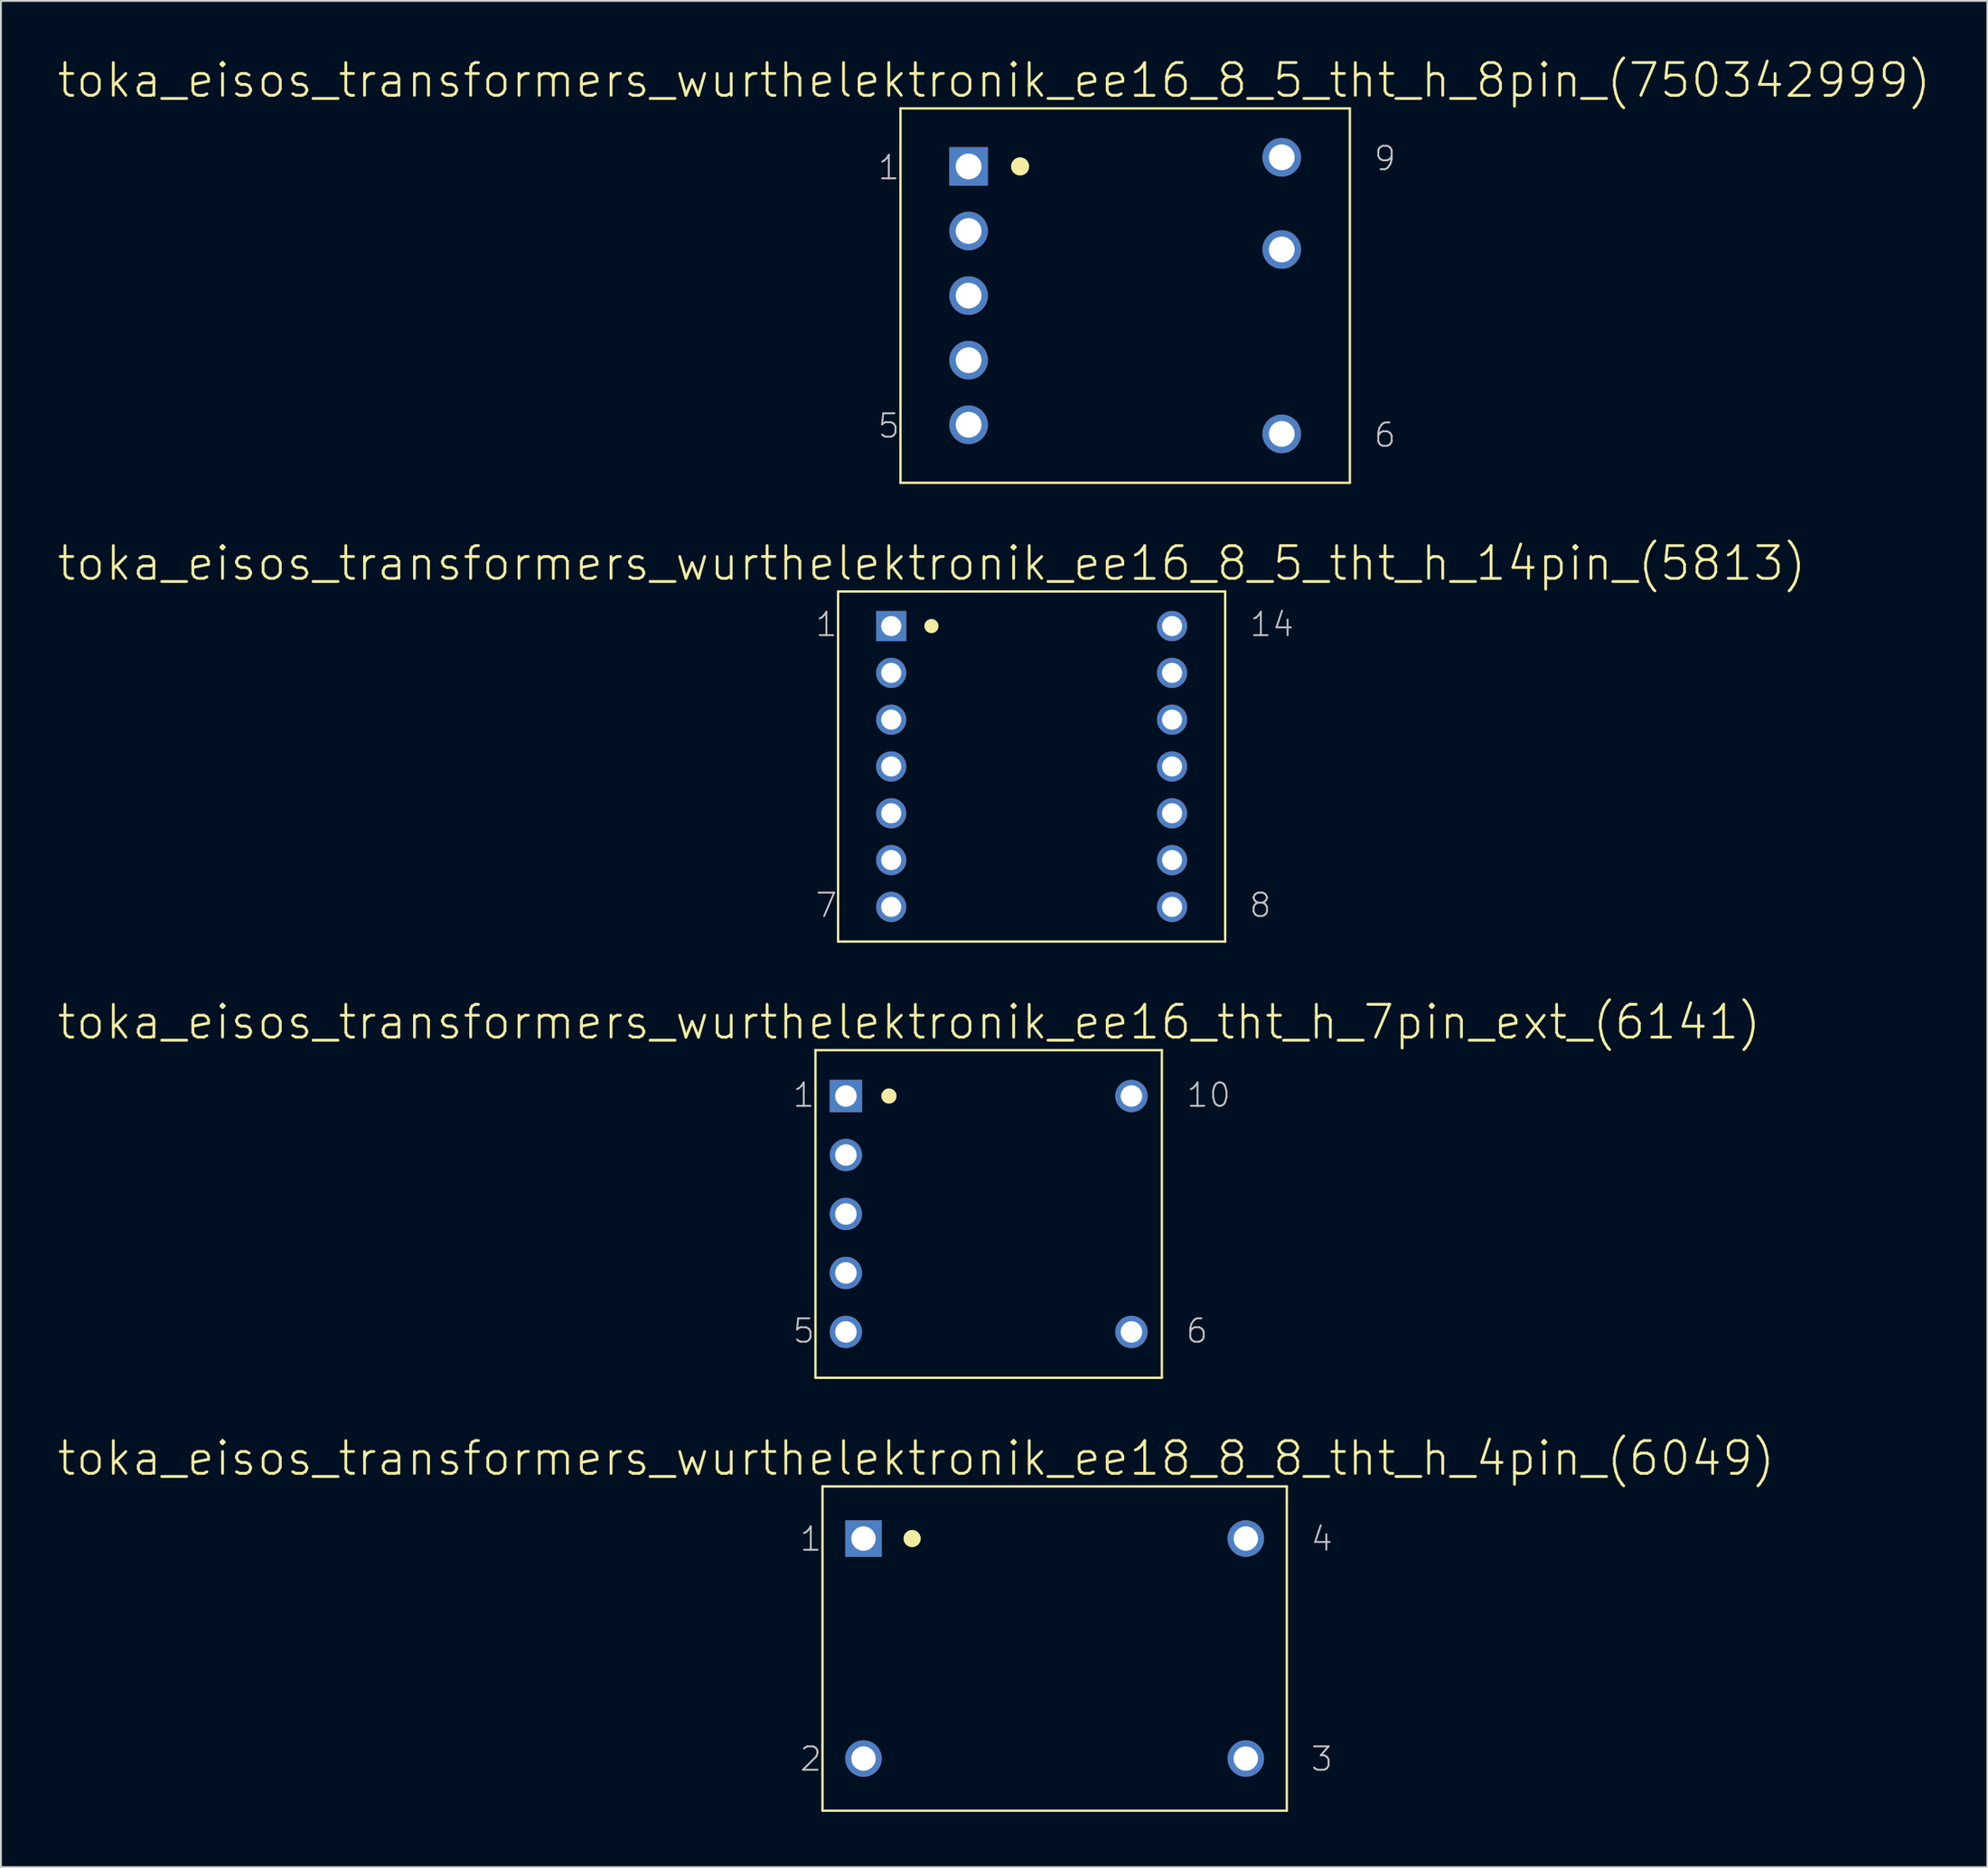
<source format=kicad_pcb>
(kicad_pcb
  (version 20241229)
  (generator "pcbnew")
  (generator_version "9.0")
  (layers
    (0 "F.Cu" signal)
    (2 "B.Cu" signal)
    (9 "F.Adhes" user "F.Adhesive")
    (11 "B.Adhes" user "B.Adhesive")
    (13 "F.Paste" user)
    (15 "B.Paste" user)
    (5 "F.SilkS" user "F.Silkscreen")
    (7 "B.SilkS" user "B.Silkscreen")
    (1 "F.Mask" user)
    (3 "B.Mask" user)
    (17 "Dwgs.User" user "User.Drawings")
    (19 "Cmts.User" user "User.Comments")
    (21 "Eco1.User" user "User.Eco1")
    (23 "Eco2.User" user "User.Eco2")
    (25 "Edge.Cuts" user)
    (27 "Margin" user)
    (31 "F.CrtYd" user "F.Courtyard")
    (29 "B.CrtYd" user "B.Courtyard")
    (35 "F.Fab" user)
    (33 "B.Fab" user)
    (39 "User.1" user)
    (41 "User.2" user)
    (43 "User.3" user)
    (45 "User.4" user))
  (footprint "toka_eisos_transformers_wurthelektronik_ee16_8_5_tht_h_14pin_(5813)"
    (layer "F.Cu")
    (at 52.929 38.546)
    (property "Reference" "toka_eisos_transformers_wurthelektronik_ee16_8_5_tht_h_14pin_(5813)" (at -5.423 -11.024 0) (layer "F.SilkS") (effects (font (size 1.778 1.778) (thickness 0.152))))
    (attr exclude_from_pos_files exclude_from_bom)
    (fp_line (start -10.503 -9.5) (end -10.503 9.5) (stroke (width 0.127) (type solid)) (layer "F.SilkS"))
    (fp_line (start -10.503 -9.5) (end 10.503 -9.5) (stroke (width 0.127) (type solid)) (layer "F.SilkS"))
    (fp_line (start -10.503 9.5) (end 10.503 9.5) (stroke (width 0.127) (type solid)) (layer "F.SilkS"))
    (fp_line (start 10.503 -9.5) (end 10.503 9.5) (stroke (width 0.127) (type solid)) (layer "F.SilkS"))
    (fp_circle (center -5.436 -7.62) (end -5.707 -7.892) (stroke (width 0) (type solid)) (fill yes) (layer "F.SilkS"))
    (fp_text user "14" (at 13.043 -7.709 0) (layer "Dwgs.User") (effects (font (size 1.27 1.27) (thickness 0.102))))
    (fp_text user "1" (at -11.138 -7.709 0) (layer "Dwgs.User") (effects (font (size 1.27 1.27) (thickness 0.102))))
    (fp_text user "8" (at 12.408 7.531 0) (layer "Dwgs.User") (effects (font (size 1.27 1.27) (thickness 0.102))))
    (fp_text user "7" (at -11.138 7.531 0) (layer "Dwgs.User") (effects (font (size 1.27 1.27) (thickness 0.102))))
    (pad "1" thru_hole rect (at -7.62 -7.62) (size 1.638 1.638) (drill 1.09) (layers "*.Cu" "*.Paste" "*.Mask"))
    (pad "2" thru_hole circle (at -7.62 -5.08) (size 1.638 1.638) (drill 1.09) (layers "*.Cu" "*.Paste" "*.Mask"))
    (pad "3" thru_hole circle (at -7.62 -2.54) (size 1.638 1.638) (drill 1.09) (layers "*.Cu" "*.Paste" "*.Mask"))
    (pad "4" thru_hole circle (at -7.62 0) (size 1.638 1.638) (drill 1.09) (layers "*.Cu" "*.Paste" "*.Mask"))
    (pad "5" thru_hole circle (at -7.62 2.54) (size 1.638 1.638) (drill 1.09) (layers "*.Cu" "*.Paste" "*.Mask"))
    (pad "6" thru_hole circle (at -7.62 5.08) (size 1.638 1.638) (drill 1.09) (layers "*.Cu" "*.Paste" "*.Mask"))
    (pad "7" thru_hole circle (at -7.62 7.62) (size 1.638 1.638) (drill 1.09) (layers "*.Cu" "*.Paste" "*.Mask"))
    (pad "8" thru_hole circle (at 7.62 7.62) (size 1.638 1.638) (drill 1.09) (layers "*.Cu" "*.Paste" "*.Mask"))
    (pad "9" thru_hole circle (at 7.62 5.08) (size 1.638 1.638) (drill 1.09) (layers "*.Cu" "*.Paste" "*.Mask"))
    (pad "10" thru_hole circle (at 7.62 2.54) (size 1.638 1.638) (drill 1.09) (layers "*.Cu" "*.Paste" "*.Mask"))
    (pad "11" thru_hole circle (at 7.62 0) (size 1.638 1.638) (drill 1.09) (layers "*.Cu" "*.Paste" "*.Mask"))
    (pad "12" thru_hole circle (at 7.62 -2.54) (size 1.638 1.638) (drill 1.09) (layers "*.Cu" "*.Paste" "*.Mask"))
    (pad "13" thru_hole circle (at 7.62 -5.08) (size 1.638 1.638) (drill 1.09) (layers "*.Cu" "*.Paste" "*.Mask"))
    (pad "14" thru_hole circle (at 7.62 -7.62) (size 1.638 1.638) (drill 1.09) (layers "*.Cu" "*.Paste" "*.Mask")))
  (footprint "toka_eisos_transformers_wurthelektronik_ee18_8_8_tht_h_4pin_(6049)"
    (layer "F.Cu")
    (at 54.178 86.415)
    (property "Reference" "toka_eisos_transformers_wurthelektronik_ee18_8_8_tht_h_4pin_(6049)" (at -7.518 -10.323 0) (layer "F.SilkS") (effects (font (size 1.778 1.778) (thickness 0.152))))
    (attr exclude_from_pos_files exclude_from_bom)
    (fp_line (start -12.598 -8.799) (end -12.598 8.799) (stroke (width 0.127) (type solid)) (layer "F.SilkS"))
    (fp_line (start -12.598 -8.799) (end 12.598 -8.799) (stroke (width 0.127) (type solid)) (layer "F.SilkS"))
    (fp_line (start -12.598 8.799) (end 12.598 8.799) (stroke (width 0.127) (type solid)) (layer "F.SilkS"))
    (fp_line (start 12.598 -8.799) (end 12.598 8.799) (stroke (width 0.127) (type solid)) (layer "F.SilkS"))
    (fp_circle (center -7.734 -5.969) (end -8.065 -6.299) (stroke (width 0) (type solid)) (fill yes) (layer "F.SilkS"))
    (fp_text user "1" (at -13.233 -5.944 0) (layer "Dwgs.User") (effects (font (size 1.27 1.27) (thickness 0.102))))
    (fp_text user "3" (at 14.501 5.994 0) (layer "Dwgs.User") (effects (font (size 1.27 1.27) (thickness 0.102))))
    (fp_text user "2" (at -13.233 5.994 0) (layer "Dwgs.User") (effects (font (size 1.27 1.27) (thickness 0.102))))
    (fp_text user "4" (at 14.501 -5.944 0) (layer "Dwgs.User") (effects (font (size 1.27 1.27) (thickness 0.102))))
    (pad "1" thru_hole rect (at -10.373 -5.969) (size 1.981 1.981) (drill 1.321) (layers "*.Cu" "*.Paste" "*.Mask"))
    (pad "2" thru_hole circle (at -10.373 5.969) (size 1.981 1.981) (drill 1.321) (layers "*.Cu" "*.Paste" "*.Mask"))
    (pad "3" thru_hole circle (at 10.373 5.969) (size 1.981 1.981) (drill 1.321) (layers "*.Cu" "*.Paste" "*.Mask"))
    (pad "4" thru_hole circle (at 10.373 -5.969) (size 1.981 1.981) (drill 1.321) (layers "*.Cu" "*.Paste" "*.Mask")))
  (footprint "toka_eisos_transformers_wurthelektronik_ee16_8_5_tht_h_8pin_(750342999)"
    (layer "F.Cu")
    (at 58.005 12.992)
    (property "Reference" "toka_eisos_transformers_wurthelektronik_ee16_8_5_tht_h_8pin_(750342999)" (at -7.112 -11.684 0) (layer "F.SilkS") (effects (font (size 1.778 1.778) (thickness 0.152))))
    (attr exclude_from_pos_files exclude_from_bom)
    (fp_line (start -12.192 -10.16) (end -12.192 10.16) (stroke (width 0.127) (type solid)) (layer "F.SilkS"))
    (fp_line (start -12.192 -10.16) (end 12.192 -10.16) (stroke (width 0.127) (type solid)) (layer "F.SilkS"))
    (fp_line (start -12.192 10.16) (end 12.192 10.16) (stroke (width 0.127) (type solid)) (layer "F.SilkS"))
    (fp_line (start 12.192 -10.16) (end 12.192 10.16) (stroke (width 0.127) (type solid)) (layer "F.SilkS"))
    (fp_circle (center -5.702 -7.01) (end -6.05 -7.358) (stroke (width 0) (type solid)) (fill yes) (layer "F.SilkS"))
    (fp_text user "5" (at -12.827 7.074 0) (layer "Dwgs.User") (effects (font (size 1.27 1.27) (thickness 0.102))))
    (fp_text user "9" (at 14.097 -7.442 0) (layer "Dwgs.User") (effects (font (size 1.27 1.27) (thickness 0.102))))
    (fp_text user "1" (at -12.827 -6.947 0) (layer "Dwgs.User") (effects (font (size 1.27 1.27) (thickness 0.102))))
    (fp_text user "6" (at 14.097 7.569 0) (layer "Dwgs.User") (effects (font (size 1.27 1.27) (thickness 0.102))))
    (pad "1" thru_hole rect (at -8.496 -7.01) (size 2.095 2.095) (drill 1.397) (layers "*.Cu" "*.Paste" "*.Mask"))
    (pad "2" thru_hole circle (at -8.496 -3.505) (size 2.095 2.095) (drill 1.397) (layers "*.Cu" "*.Paste" "*.Mask"))
    (pad "3" thru_hole circle (at -8.496 0) (size 2.095 2.095) (drill 1.397) (layers "*.Cu" "*.Paste" "*.Mask"))
    (pad "4" thru_hole circle (at -8.496 3.505) (size 2.095 2.095) (drill 1.397) (layers "*.Cu" "*.Paste" "*.Mask"))
    (pad "5" thru_hole circle (at -8.496 7.01) (size 2.095 2.095) (drill 1.397) (layers "*.Cu" "*.Paste" "*.Mask"))
    (pad "6" thru_hole circle (at 8.496 7.506) (size 2.095 2.095) (drill 1.397) (layers "*.Cu" "*.Paste" "*.Mask"))
    (pad "8" thru_hole circle (at 8.496 -2.502) (size 2.095 2.095) (drill 1.397) (layers "*.Cu" "*.Paste" "*.Mask"))
    (pad "9" thru_hole circle (at 8.496 -7.506) (size 2.095 2.095) (drill 1.397) (layers "*.Cu" "*.Paste" "*.Mask")))
  (footprint "toka_eisos_transformers_wurthelektronik_ee16_tht_h_7pin_ext_(6141)"
    (layer "F.Cu")
    (at 50.597 62.831)
    (property "Reference" "toka_eisos_transformers_wurthelektronik_ee16_tht_h_7pin_ext_(6141)" (at -4.318 -10.414 0) (layer "F.SilkS") (effects (font (size 1.778 1.778) (thickness 0.152))))
    (attr exclude_from_pos_files exclude_from_bom)
    (fp_line (start -9.398 -8.89) (end -9.398 8.89) (stroke (width 0.127) (type solid)) (layer "F.SilkS"))
    (fp_line (start -9.398 -8.89) (end 9.398 -8.89) (stroke (width 0.127) (type solid)) (layer "F.SilkS"))
    (fp_line (start -9.398 8.89) (end 9.398 8.89) (stroke (width 0.127) (type solid)) (layer "F.SilkS"))
    (fp_line (start 9.398 -8.89) (end 9.398 8.89) (stroke (width 0.127) (type solid)) (layer "F.SilkS"))
    (fp_circle (center -5.41 -6.401) (end -5.702 -6.693) (stroke (width 0) (type solid)) (fill yes) (layer "F.SilkS"))
    (fp_text user "6" (at 11.303 6.35 0) (layer "Dwgs.User") (effects (font (size 1.27 1.27) (thickness 0.102))))
    (fp_text user "5" (at -10.033 6.35 0) (layer "Dwgs.User") (effects (font (size 1.27 1.27) (thickness 0.102))))
    (fp_text user "1" (at -10.033 -6.452 0) (layer "Dwgs.User") (effects (font (size 1.27 1.27) (thickness 0.102))))
    (fp_text user "10" (at 11.938 -6.452 0) (layer "Dwgs.User") (effects (font (size 1.27 1.27) (thickness 0.102))))
    (pad "1" thru_hole rect (at -7.747 -6.401) (size 1.753 1.753) (drill 1.168) (layers "*.Cu" "*.Paste" "*.Mask"))
    (pad "2" thru_hole circle (at -7.747 -3.2) (size 1.753 1.753) (drill 1.168) (layers "*.Cu" "*.Paste" "*.Mask"))
    (pad "3" thru_hole circle (at -7.747 0) (size 1.753 1.753) (drill 1.168) (layers "*.Cu" "*.Paste" "*.Mask"))
    (pad "4" thru_hole circle (at -7.747 3.2) (size 1.753 1.753) (drill 1.168) (layers "*.Cu" "*.Paste" "*.Mask"))
    (pad "5" thru_hole circle (at -7.747 6.401) (size 1.753 1.753) (drill 1.168) (layers "*.Cu" "*.Paste" "*.Mask"))
    (pad "6" thru_hole circle (at 7.747 6.401) (size 1.753 1.753) (drill 1.168) (layers "*.Cu" "*.Paste" "*.Mask"))
    (pad "10" thru_hole circle (at 7.747 -6.401) (size 1.753 1.753) (drill 1.168) (layers "*.Cu" "*.Paste" "*.Mask")))
  (gr_rect
    (start -3 -3)
    (end 104.786 98.277)
    (stroke (width 0.1) (type default))
    (fill no)
    (layer "Edge.Cuts")))
</source>
